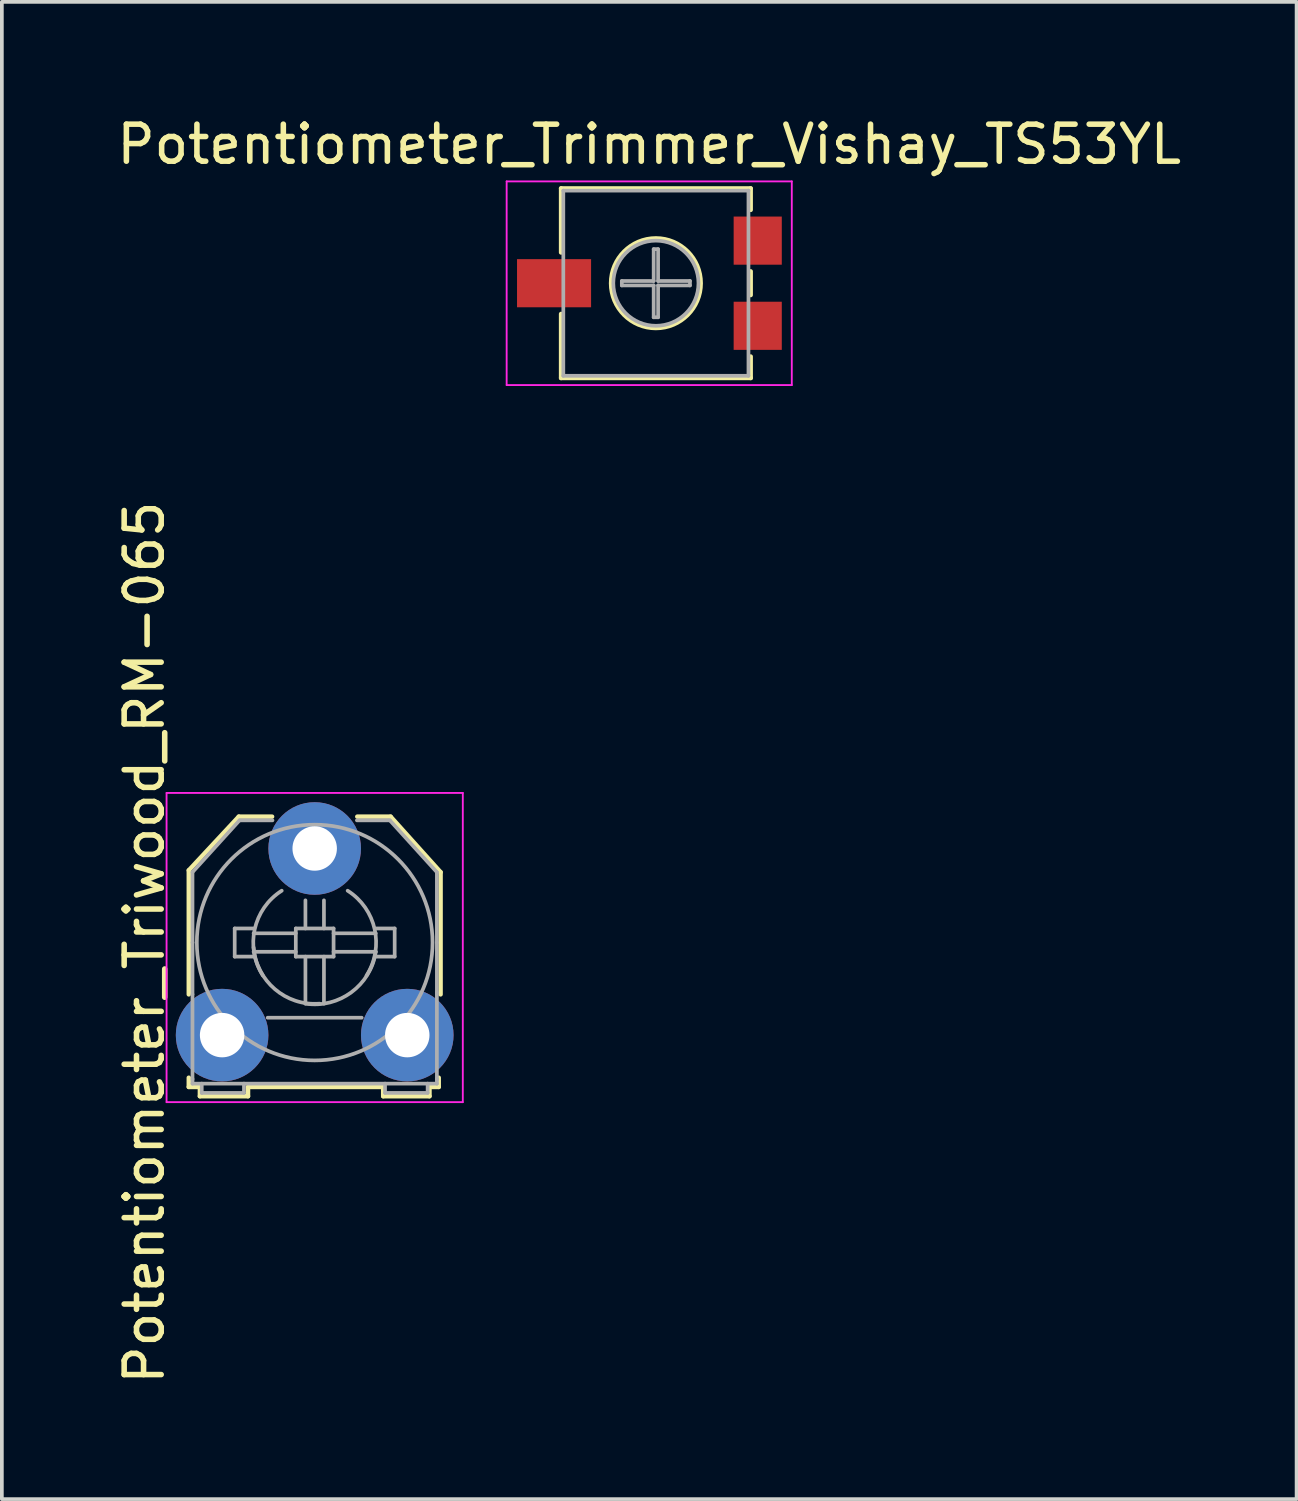
<source format=kicad_pcb>
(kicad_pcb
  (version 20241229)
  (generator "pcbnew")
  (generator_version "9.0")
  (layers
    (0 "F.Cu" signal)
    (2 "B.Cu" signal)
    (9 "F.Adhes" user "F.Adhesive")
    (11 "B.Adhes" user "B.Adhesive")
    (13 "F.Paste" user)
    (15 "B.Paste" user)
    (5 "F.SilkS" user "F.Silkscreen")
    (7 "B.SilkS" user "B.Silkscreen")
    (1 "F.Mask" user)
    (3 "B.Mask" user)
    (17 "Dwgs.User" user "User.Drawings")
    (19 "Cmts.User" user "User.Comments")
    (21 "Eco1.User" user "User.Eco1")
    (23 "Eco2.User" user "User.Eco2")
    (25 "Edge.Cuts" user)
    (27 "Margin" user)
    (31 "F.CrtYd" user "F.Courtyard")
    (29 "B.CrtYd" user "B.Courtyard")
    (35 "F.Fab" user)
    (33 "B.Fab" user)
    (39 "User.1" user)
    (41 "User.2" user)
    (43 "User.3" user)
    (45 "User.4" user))
  (footprint "Potentiometer_Triwood_RM-065"
    (layer "F.Cu")
    (at 2.948 24.903)
    (property "Reference" "Potentiometer_Triwood_RM-065" (at -2.1 -2.5 90) (layer "F.SilkS") (effects (font (size 1 1) (thickness 0.15))))
    (attr through_hole)
    (fp_line (start -0.9 -4.45) (end 0.45 -5.9) (stroke (width 0.12) (type solid)) (layer "F.SilkS"))
    (fp_line (start -0.9 -1.1) (end -0.9 -4.45) (stroke (width 0.12) (type solid)) (layer "F.SilkS"))
    (fp_line (start -0.9 1.4) (end -0.9 1.15) (stroke (width 0.12) (type solid)) (layer "F.SilkS"))
    (fp_line (start -0.6 1.4) (end -0.9 1.4) (stroke (width 0.12) (type solid)) (layer "F.SilkS"))
    (fp_line (start -0.6 1.65) (end -0.6 1.4) (stroke (width 0.12) (type solid)) (layer "F.SilkS"))
    (fp_line (start 0.45 -5.9) (end 1.35 -5.9) (stroke (width 0.12) (type solid)) (layer "F.SilkS"))
    (fp_line (start 0.7 1.4) (end 0.7 1.65) (stroke (width 0.12) (type solid)) (layer "F.SilkS"))
    (fp_line (start 0.7 1.65) (end -0.6 1.65) (stroke (width 0.12) (type solid)) (layer "F.SilkS"))
    (fp_line (start 3.65 -5.9) (end 4.55 -5.9) (stroke (width 0.12) (type solid)) (layer "F.SilkS"))
    (fp_line (start 4.35 1.4) (end 0.7 1.4) (stroke (width 0.12) (type solid)) (layer "F.SilkS"))
    (fp_line (start 4.35 1.65) (end 4.35 1.4) (stroke (width 0.12) (type solid)) (layer "F.SilkS"))
    (fp_line (start 4.55 -5.9) (end 5.9 -4.4) (stroke (width 0.12) (type solid)) (layer "F.SilkS"))
    (fp_line (start 5.6 1.4) (end 5.6 1.65) (stroke (width 0.12) (type solid)) (layer "F.SilkS"))
    (fp_line (start 5.6 1.65) (end 4.35 1.65) (stroke (width 0.12) (type solid)) (layer "F.SilkS"))
    (fp_line (start 5.85 1.15) (end 5.85 1.4) (stroke (width 0.12) (type solid)) (layer "F.SilkS"))
    (fp_line (start 5.85 1.4) (end 5.6 1.4) (stroke (width 0.12) (type solid)) (layer "F.SilkS"))
    (fp_line (start 5.9 -4.4) (end 5.9 -1.1) (stroke (width 0.12) (type solid)) (layer "F.SilkS"))
    (fp_line (start -1.5 -6.54) (end -1.5 1.81) (stroke (width 0.05) (type solid)) (layer "F.CrtYd"))
    (fp_line (start -1.5 -6.54) (end 6.5 -6.54) (stroke (width 0.05) (type solid)) (layer "F.CrtYd"))
    (fp_line (start 6.5 1.81) (end -1.5 1.81) (stroke (width 0.05) (type solid)) (layer "F.CrtYd"))
    (fp_line (start 6.5 1.81) (end 6.5 -6.54) (stroke (width 0.05) (type solid)) (layer "F.CrtYd"))
    (fp_line (start -0.8 -4.4) (end -0.8 -2.5) (stroke (width 0.1) (type solid)) (layer "F.Fab"))
    (fp_line (start -0.8 -2.5) (end -0.8 -1.1) (stroke (width 0.1) (type solid)) (layer "F.Fab"))
    (fp_line (start -0.8 -1.1) (end -0.8 1.2) (stroke (width 0.1) (type solid)) (layer "F.Fab"))
    (fp_line (start -0.8 1.31) (end -0.8 1.18) (stroke (width 0.1) (type solid)) (layer "F.Fab"))
    (fp_line (start -0.8 1.31) (end 5.8 1.31) (stroke (width 0.1) (type solid)) (layer "F.Fab"))
    (fp_line (start -0.55 1.31) (end -0.55 1.56) (stroke (width 0.1) (type solid)) (layer "F.Fab"))
    (fp_line (start -0.55 1.56) (end 0.59 1.56) (stroke (width 0.1) (type solid)) (layer "F.Fab"))
    (fp_line (start 0.34 -2.88) (end 0.34 -2.12) (stroke (width 0.1) (type solid)) (layer "F.Fab"))
    (fp_line (start 0.34 -2.12) (end 0.85 -2.12) (stroke (width 0.1) (type solid)) (layer "F.Fab"))
    (fp_line (start 0.47 -5.8) (end -0.8 -4.4) (stroke (width 0.1) (type solid)) (layer "F.Fab"))
    (fp_line (start 0.59 1.56) (end 0.59 1.31) (stroke (width 0.1) (type solid)) (layer "F.Fab"))
    (fp_line (start 0.85 -2.88) (end 0.34 -2.88) (stroke (width 0.1) (type solid)) (layer "F.Fab"))
    (fp_line (start 1.23 -0.47) (end 3.77 -0.47) (stroke (width 0.1) (type solid)) (layer "F.Fab"))
    (fp_line (start 1.36 -5.8) (end 0.47 -5.8) (stroke (width 0.1) (type solid)) (layer "F.Fab"))
    (fp_line (start 1.99 -2.88) (end 1.99 -2.12) (stroke (width 0.1) (type solid)) (layer "F.Fab"))
    (fp_line (start 1.99 -2.75) (end 0.85 -2.75) (stroke (width 0.1) (type solid)) (layer "F.Fab"))
    (fp_line (start 1.99 -2.25) (end 0.85 -2.25) (stroke (width 0.1) (type solid)) (layer "F.Fab"))
    (fp_line (start 1.99 -2.12) (end 3.01 -2.12) (stroke (width 0.1) (type solid)) (layer "F.Fab"))
    (fp_line (start 2.25 -2.88) (end 2.25 -3.64) (stroke (width 0.1) (type solid)) (layer "F.Fab"))
    (fp_line (start 2.25 -2.12) (end 2.25 -0.85) (stroke (width 0.1) (type solid)) (layer "F.Fab"))
    (fp_line (start 2.75 -2.88) (end 2.75 -3.64) (stroke (width 0.1) (type solid)) (layer "F.Fab"))
    (fp_line (start 2.75 -2.12) (end 2.75 -0.85) (stroke (width 0.1) (type solid)) (layer "F.Fab"))
    (fp_line (start 3.01 -2.88) (end 1.99 -2.88) (stroke (width 0.1) (type solid)) (layer "F.Fab"))
    (fp_line (start 3.01 -2.75) (end 4.15 -2.75) (stroke (width 0.1) (type solid)) (layer "F.Fab"))
    (fp_line (start 3.01 -2.25) (end 4.15 -2.25) (stroke (width 0.1) (type solid)) (layer "F.Fab"))
    (fp_line (start 3.01 -2.12) (end 3.01 -2.88) (stroke (width 0.1) (type solid)) (layer "F.Fab"))
    (fp_line (start 4.15 -2.88) (end 4.66 -2.88) (stroke (width 0.1) (type solid)) (layer "F.Fab"))
    (fp_line (start 4.4 1.56) (end 4.4 1.31) (stroke (width 0.1) (type solid)) (layer "F.Fab"))
    (fp_line (start 4.53 -5.8) (end 3.64 -5.8) (stroke (width 0.1) (type solid)) (layer "F.Fab"))
    (fp_line (start 4.53 -5.8) (end 5.8 -4.4) (stroke (width 0.1) (type solid)) (layer "F.Fab"))
    (fp_line (start 4.66 -2.88) (end 4.66 -2.12) (stroke (width 0.1) (type solid)) (layer "F.Fab"))
    (fp_line (start 4.66 -2.12) (end 4.15 -2.12) (stroke (width 0.1) (type solid)) (layer "F.Fab"))
    (fp_line (start 5.55 1.31) (end 5.55 1.56) (stroke (width 0.1) (type solid)) (layer "F.Fab"))
    (fp_line (start 5.55 1.56) (end 4.4 1.56) (stroke (width 0.1) (type solid)) (layer "F.Fab"))
    (fp_line (start 5.8 -4.4) (end 5.8 -2.5) (stroke (width 0.1) (type solid)) (layer "F.Fab"))
    (fp_line (start 5.8 -2.5) (end 5.8 -1.1) (stroke (width 0.1) (type solid)) (layer "F.Fab"))
    (fp_line (start 5.8 1.2) (end 5.8 -1.15) (stroke (width 0.1) (type solid)) (layer "F.Fab"))
    (fp_line (start 5.8 1.31) (end 5.8 1.18) (stroke (width 0.1) (type solid)) (layer "F.Fab"))
    (fp_arc (start 1.1 -1.61) (mid 0.880725 -2.860624) (end 1.61 -3.9) (stroke (width 0.1) (type solid)) (layer "F.Fab"))
    (fp_arc (start 2.63 -0.85) (mid 1.425198 -1.24135) (end 0.85 -2.37) (stroke (width 0.1) (type solid)) (layer "F.Fab"))
    (fp_arc (start 3.39 -3.9) (mid 4.119275 -2.860624) (end 3.9 -1.61) (stroke (width 0.1) (type solid)) (layer "F.Fab"))
    (fp_arc (start 4.15 -2.25) (mid 3.489949 -1.156497) (end 2.25 -0.85) (stroke (width 0.1) (type solid)) (layer "F.Fab"))
    (fp_circle (center 2.5 -2.5) (end 4.7 -0.2) (stroke (width 0.1) (type solid)) (fill no) (layer "F.Fab"))
    (pad "1" thru_hole circle (at 0 0) (size 2.5 2.5) (drill 1.2) (layers "*.Cu" "*.Mask"))
    (pad "2" thru_hole circle (at 2.5 -5.04) (size 2.5 2.5) (drill 1.2) (layers "*.Cu" "*.Mask"))
    (pad "3" thru_hole circle (at 5 0) (size 2.5 2.5) (drill 1.2) (layers "*.Cu" "*.Mask")))
  (footprint "Potentiometer_Trimmer_Vishay_TS53YL"
    (layer "F.Cu")
    (at 14.662 4.598)
    (property "Reference" "Potentiometer_Trimmer_Vishay_TS53YL" (at -0.18 -3.75 0) (layer "F.SilkS") (effects (font (size 1 1) (thickness 0.15))))
    (attr smd)
    (fp_line (start -2.56 -2.56) (end -2.56 -0.83) (stroke (width 0.12) (type solid)) (layer "F.SilkS"))
    (fp_line (start -2.56 -2.56) (end 2.56 -2.56) (stroke (width 0.12) (type solid)) (layer "F.SilkS"))
    (fp_line (start -2.56 0.83) (end -2.56 2.56) (stroke (width 0.12) (type solid)) (layer "F.SilkS"))
    (fp_line (start -2.56 2.56) (end 2.56 2.56) (stroke (width 0.12) (type solid)) (layer "F.SilkS"))
    (fp_line (start 2.56 -2.56) (end 2.56 -1.98) (stroke (width 0.12) (type solid)) (layer "F.SilkS"))
    (fp_line (start 2.56 -0.32) (end 2.56 0.32) (stroke (width 0.12) (type solid)) (layer "F.SilkS"))
    (fp_line (start 2.56 1.98) (end 2.56 2.56) (stroke (width 0.12) (type solid)) (layer "F.SilkS"))
    (fp_circle (center 0 0) (end 1.21 0) (stroke (width 0.12) (type solid)) (fill no) (layer "F.SilkS"))
    (fp_line (start -4.03 -2.75) (end -4.03 2.75) (stroke (width 0.05) (type solid)) (layer "F.CrtYd"))
    (fp_line (start -4.03 2.75) (end 3.67 2.75) (stroke (width 0.05) (type solid)) (layer "F.CrtYd"))
    (fp_line (start 3.67 -2.75) (end -4.03 -2.75) (stroke (width 0.05) (type solid)) (layer "F.CrtYd"))
    (fp_line (start 3.67 2.75) (end 3.67 -2.75) (stroke (width 0.05) (type solid)) (layer "F.CrtYd"))
    (fp_line (start -2.5 -2.5) (end -2.5 2.5) (stroke (width 0.1) (type solid)) (layer "F.Fab"))
    (fp_line (start -2.5 2.5) (end 2.5 2.5) (stroke (width 0.1) (type solid)) (layer "F.Fab"))
    (fp_line (start -0.92 -0.06) (end -0.06 -0.06) (stroke (width 0.1) (type solid)) (layer "F.Fab"))
    (fp_line (start -0.92 0.06) (end -0.92 -0.06) (stroke (width 0.1) (type solid)) (layer "F.Fab"))
    (fp_line (start -0.06 -0.92) (end 0.06 -0.92) (stroke (width 0.1) (type solid)) (layer "F.Fab"))
    (fp_line (start -0.06 -0.06) (end -0.06 -0.92) (stroke (width 0.1) (type solid)) (layer "F.Fab"))
    (fp_line (start -0.06 0.06) (end -0.92 0.06) (stroke (width 0.1) (type solid)) (layer "F.Fab"))
    (fp_line (start -0.06 0.92) (end -0.06 0.06) (stroke (width 0.1) (type solid)) (layer "F.Fab"))
    (fp_line (start 0.06 -0.92) (end 0.06 -0.06) (stroke (width 0.1) (type solid)) (layer "F.Fab"))
    (fp_line (start 0.06 -0.06) (end 0.92 -0.06) (stroke (width 0.1) (type solid)) (layer "F.Fab"))
    (fp_line (start 0.06 0.06) (end 0.06 0.92) (stroke (width 0.1) (type solid)) (layer "F.Fab"))
    (fp_line (start 0.06 0.92) (end -0.06 0.92) (stroke (width 0.1) (type solid)) (layer "F.Fab"))
    (fp_line (start 0.92 -0.06) (end 0.92 0.06) (stroke (width 0.1) (type solid)) (layer "F.Fab"))
    (fp_line (start 0.92 0.06) (end 0.06 0.06) (stroke (width 0.1) (type solid)) (layer "F.Fab"))
    (fp_line (start 2.5 -2.5) (end -2.5 -2.5) (stroke (width 0.1) (type solid)) (layer "F.Fab"))
    (fp_line (start 2.5 2.5) (end 2.5 -2.5) (stroke (width 0.1) (type solid)) (layer "F.Fab"))
    (fp_circle (center 0 0) (end 1.15 0) (stroke (width 0.1) (type solid)) (fill no) (layer "F.Fab"))
    (pad "1" smd rect (at 2.75 -1.15) (size 1.3 1.3) (layers "F.Cu" "F.Mask"))
    (pad "2" smd rect (at -2.75 0) (size 2 1.3) (layers "F.Cu" "F.Mask"))
    (pad "3" smd rect (at 2.75 1.15) (size 1.3 1.3) (layers "F.Cu" "F.Mask")))
  (gr_rect
    (start -3 -3)
    (end 31.964 37.433)
    (stroke (width 0.1) (type default))
    (fill no)
    (layer "Edge.Cuts")))
</source>
